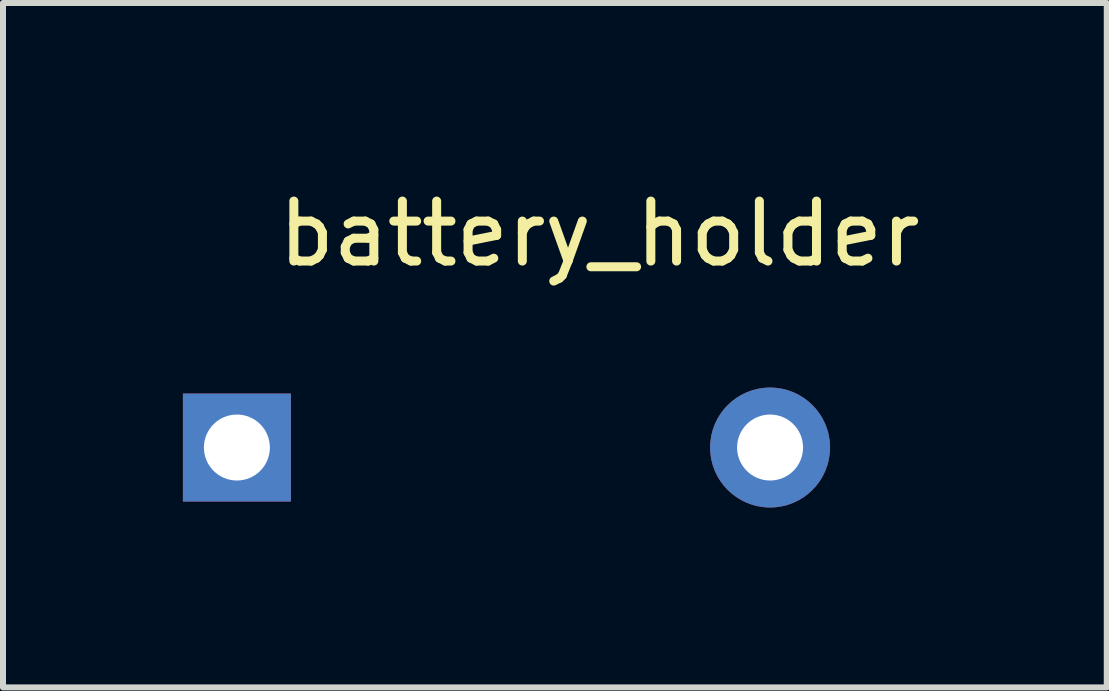
<source format=kicad_pcb>
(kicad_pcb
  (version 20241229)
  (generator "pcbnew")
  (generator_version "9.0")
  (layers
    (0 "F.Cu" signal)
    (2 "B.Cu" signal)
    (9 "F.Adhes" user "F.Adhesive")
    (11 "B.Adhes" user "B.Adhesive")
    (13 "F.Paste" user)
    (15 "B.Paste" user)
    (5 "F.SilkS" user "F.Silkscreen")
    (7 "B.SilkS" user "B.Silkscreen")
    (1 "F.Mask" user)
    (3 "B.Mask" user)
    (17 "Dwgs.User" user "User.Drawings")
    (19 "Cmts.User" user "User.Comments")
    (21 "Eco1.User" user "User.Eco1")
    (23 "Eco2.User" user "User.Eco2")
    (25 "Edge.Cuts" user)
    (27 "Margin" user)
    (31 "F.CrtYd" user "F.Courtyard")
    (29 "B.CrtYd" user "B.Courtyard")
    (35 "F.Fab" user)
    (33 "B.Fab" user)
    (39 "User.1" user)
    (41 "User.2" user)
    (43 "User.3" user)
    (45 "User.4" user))
  (footprint "battery_holder"
    (layer "F.Cu")
    (at 5.345 4.412)
    (property "Reference" "battery_holder" (at 1.6 -3.564 0) (layer "F.SilkS") (effects (font (size 1 1) (thickness 0.15))))
    (attr through_hole)
    (pad "1" thru_hole rect (at -4.445 0) (size 1.8 1.8) (drill 1.1) (layers "*.Cu" "*.Mask"))
    (pad "2" thru_hole circle (at 4.445 0) (size 2 2) (drill 1.1) (layers "*.Cu" "*.Mask")))
  (gr_rect
    (start -3 -3)
    (end 15.404 8.412)
    (stroke (width 0.1) (type default))
    (fill no)
    (layer "Edge.Cuts")))
</source>
